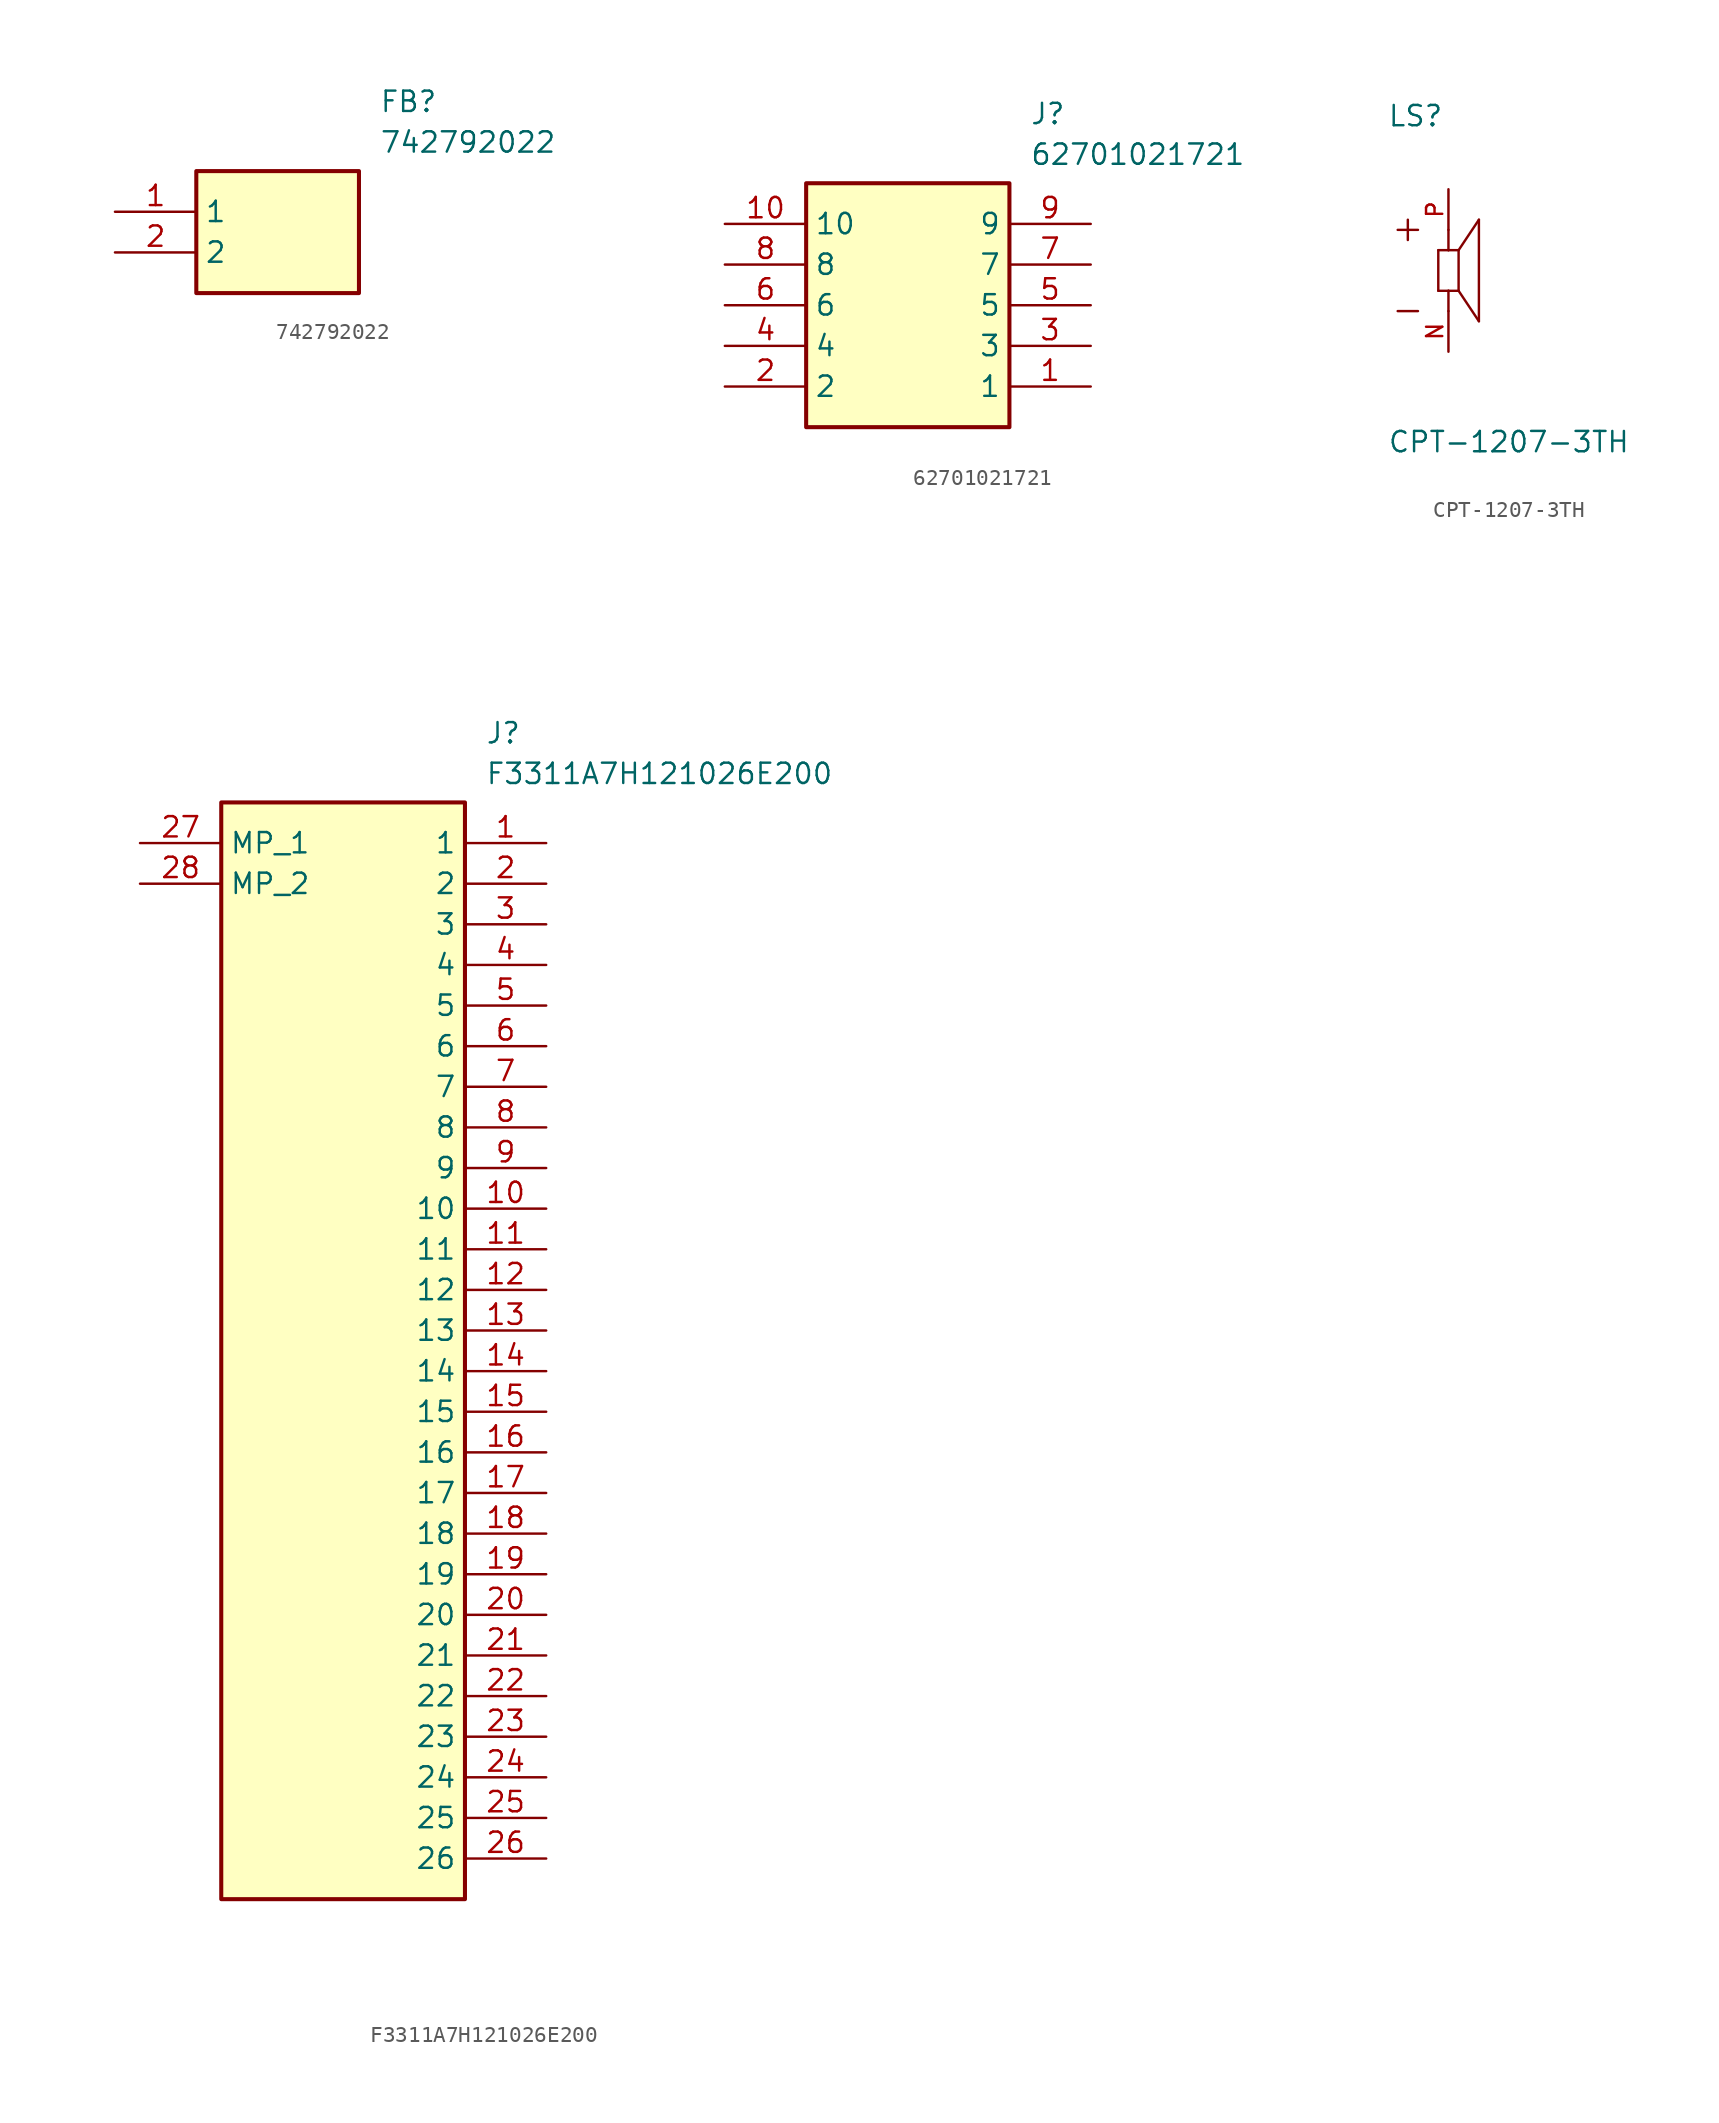
<source format=kicad_sym>
(kicad_symbol_lib
  (version 20241209)
  (generator "kicad_symbol_editor")
  (generator_version "9.0")
  (symbol "742792022"
    (property "Reference" "FB"
      (at 16.51 7.62 0)
      (effects (font (size 1.27 1.27)) (justify left top)))
    (property "Value" "742792022"
      (at 16.51 5.08 0)
      (effects (font (size 1.27 1.27)) (justify left top)))
    (symbol "742792022_1_1"
      (rectangle (start 5.08 2.54) (end 15.24 -5.08) (stroke (width 0.254) (type default)) (fill (type background)))
      (pin passive line (at 0 0 0) (length 5.08) (name "1" (effects (font (size 1.27 1.27)))) (number "1" (effects (font (size 1.27 1.27)))))
      (pin passive line (at 0 -2.54 0) (length 5.08) (name "2" (effects (font (size 1.27 1.27)))) (number "2" (effects (font (size 1.27 1.27)))))))
  (symbol "62701021721"
    (property "Reference" "J"
      (at 19.05 7.62 0)
      (effects (font (size 1.27 1.27)) (justify left top)))
    (property "Value" "62701021721"
      (at 19.05 5.08 0)
      (effects (font (size 1.27 1.27)) (justify left top)))
    (symbol "62701021721_1_1"
      (rectangle (start 5.08 2.54) (end 17.78 -12.7) (stroke (width 0.254) (type default)) (fill (type background)))
      (pin passive line (at 0 0 0) (length 5.08) (name "10" (effects (font (size 1.27 1.27)))) (number "10" (effects (font (size 1.27 1.27)))))
      (pin passive line (at 0 -2.54 0) (length 5.08) (name "8" (effects (font (size 1.27 1.27)))) (number "8" (effects (font (size 1.27 1.27)))))
      (pin passive line (at 0 -5.08 0) (length 5.08) (name "6" (effects (font (size 1.27 1.27)))) (number "6" (effects (font (size 1.27 1.27)))))
      (pin passive line (at 0 -7.62 0) (length 5.08) (name "4" (effects (font (size 1.27 1.27)))) (number "4" (effects (font (size 1.27 1.27)))))
      (pin passive line (at 0 -10.16 0) (length 5.08) (name "2" (effects (font (size 1.27 1.27)))) (number "2" (effects (font (size 1.27 1.27)))))
      (pin passive line (at 22.86 0 180) (length 5.08) (name "9" (effects (font (size 1.27 1.27)))) (number "9" (effects (font (size 1.27 1.27)))))
      (pin passive line (at 22.86 -2.54 180) (length 5.08) (name "7" (effects (font (size 1.27 1.27)))) (number "7" (effects (font (size 1.27 1.27)))))
      (pin passive line (at 22.86 -5.08 180) (length 5.08) (name "5" (effects (font (size 1.27 1.27)))) (number "5" (effects (font (size 1.27 1.27)))))
      (pin passive line (at 22.86 -7.62 180) (length 5.08) (name "3" (effects (font (size 1.27 1.27)))) (number "3" (effects (font (size 1.27 1.27)))))
      (pin passive line (at 22.86 -10.16 180) (length 5.08) (name "1" (effects (font (size 1.27 1.27)))) (number "1" (effects (font (size 1.27 1.27)))))))
  (symbol "CPT-1207-3TH"
    (pin_names
      (offset 1.016))
    (property "Reference" "LS"
      (at -3.824 8.922 0)
      (effects (font (size 1.27 1.27)) (justify left bottom)))
    (property "Value" "CPT-1207-3TH"
      (at -3.822 -11.468 0)
      (effects (font (size 1.27 1.27)) (justify left bottom)))
    (symbol "CPT-1207-3TH_0_0"
      (polyline (pts (xy -3.175 2.54) (xy -1.905 2.54)) (stroke (width 0.152) (type default)) (fill (type none)))
      (polyline (pts (xy -3.175 -2.54) (xy -1.905 -2.54)) (stroke (width 0.152) (type default)) (fill (type none)))
      (polyline (pts (xy -2.54 3.175) (xy -2.54 1.905)) (stroke (width 0.152) (type default)) (fill (type none)))
      (polyline (pts (xy -0.635 1.27) (xy 0 1.27)) (stroke (width 0.152) (type default)) (fill (type none)))
      (polyline (pts (xy -0.635 -1.27) (xy -0.635 1.27)) (stroke (width 0.152) (type default)) (fill (type none)))
      (polyline (pts (xy 0 1.27) (xy 0 2.54)) (stroke (width 0.152) (type default)) (fill (type none)))
      (polyline (pts (xy 0 1.27) (xy 0.635 1.27)) (stroke (width 0.152) (type default)) (fill (type none)))
      (polyline (pts (xy 0 -1.27) (xy -0.635 -1.27)) (stroke (width 0.152) (type default)) (fill (type none)))
      (polyline (pts (xy 0 -1.27) (xy 0 -2.54)) (stroke (width 0.152) (type default)) (fill (type none)))
      (polyline (pts (xy 0.635 1.27) (xy 0.635 -1.27)) (stroke (width 0.152) (type default)) (fill (type none)))
      (polyline (pts (xy 0.635 1.27) (xy 1.905 3.175)) (stroke (width 0.152) (type default)) (fill (type none)))
      (polyline (pts (xy 0.635 -1.27) (xy 0 -1.27)) (stroke (width 0.152) (type default)) (fill (type none)))
      (polyline (pts (xy 1.905 3.175) (xy 1.905 -3.175)) (stroke (width 0.152) (type default)) (fill (type none)))
      (polyline (pts (xy 1.905 -3.175) (xy 0.635 -1.27)) (stroke (width 0.152) (type default)) (fill (type none)))
      (pin passive line (at 0 5.08 270) (length 2.54) (name "~" (effects (font (size 1.016 1.016)))) (number "P" (effects (font (size 1.016 1.016)))))
      (pin passive line (at 0 -5.08 90) (length 2.54) (name "~" (effects (font (size 1.016 1.016)))) (number "N" (effects (font (size 1.016 1.016)))))))
  (symbol "F3311A7H121026E200"
    (property "Reference" "J"
      (at 21.59 7.62 0)
      (effects (font (size 1.27 1.27)) (justify left top)))
    (property "Value" "F3311A7H121026E200"
      (at 21.59 5.08 0)
      (effects (font (size 1.27 1.27)) (justify left top)))
    (symbol "F3311A7H121026E200_1_1"
      (rectangle (start 5.08 2.54) (end 20.32 -66.04) (stroke (width 0.254) (type default)) (fill (type background)))
      (pin passive line (at 0 0 0) (length 5.08) (name "MP_1" (effects (font (size 1.27 1.27)))) (number "27" (effects (font (size 1.27 1.27)))))
      (pin passive line (at 0 -2.54 0) (length 5.08) (name "MP_2" (effects (font (size 1.27 1.27)))) (number "28" (effects (font (size 1.27 1.27)))))
      (pin passive line (at 25.4 0 180) (length 5.08) (name "1" (effects (font (size 1.27 1.27)))) (number "1" (effects (font (size 1.27 1.27)))))
      (pin passive line (at 25.4 -2.54 180) (length 5.08) (name "2" (effects (font (size 1.27 1.27)))) (number "2" (effects (font (size 1.27 1.27)))))
      (pin passive line (at 25.4 -5.08 180) (length 5.08) (name "3" (effects (font (size 1.27 1.27)))) (number "3" (effects (font (size 1.27 1.27)))))
      (pin passive line (at 25.4 -7.62 180) (length 5.08) (name "4" (effects (font (size 1.27 1.27)))) (number "4" (effects (font (size 1.27 1.27)))))
      (pin passive line (at 25.4 -10.16 180) (length 5.08) (name "5" (effects (font (size 1.27 1.27)))) (number "5" (effects (font (size 1.27 1.27)))))
      (pin passive line (at 25.4 -12.7 180) (length 5.08) (name "6" (effects (font (size 1.27 1.27)))) (number "6" (effects (font (size 1.27 1.27)))))
      (pin passive line (at 25.4 -15.24 180) (length 5.08) (name "7" (effects (font (size 1.27 1.27)))) (number "7" (effects (font (size 1.27 1.27)))))
      (pin passive line (at 25.4 -17.78 180) (length 5.08) (name "8" (effects (font (size 1.27 1.27)))) (number "8" (effects (font (size 1.27 1.27)))))
      (pin passive line (at 25.4 -20.32 180) (length 5.08) (name "9" (effects (font (size 1.27 1.27)))) (number "9" (effects (font (size 1.27 1.27)))))
      (pin passive line (at 25.4 -22.86 180) (length 5.08) (name "10" (effects (font (size 1.27 1.27)))) (number "10" (effects (font (size 1.27 1.27)))))
      (pin passive line (at 25.4 -25.4 180) (length 5.08) (name "11" (effects (font (size 1.27 1.27)))) (number "11" (effects (font (size 1.27 1.27)))))
      (pin passive line (at 25.4 -27.94 180) (length 5.08) (name "12" (effects (font (size 1.27 1.27)))) (number "12" (effects (font (size 1.27 1.27)))))
      (pin passive line (at 25.4 -30.48 180) (length 5.08) (name "13" (effects (font (size 1.27 1.27)))) (number "13" (effects (font (size 1.27 1.27)))))
      (pin passive line (at 25.4 -33.02 180) (length 5.08) (name "14" (effects (font (size 1.27 1.27)))) (number "14" (effects (font (size 1.27 1.27)))))
      (pin passive line (at 25.4 -35.56 180) (length 5.08) (name "15" (effects (font (size 1.27 1.27)))) (number "15" (effects (font (size 1.27 1.27)))))
      (pin passive line (at 25.4 -38.1 180) (length 5.08) (name "16" (effects (font (size 1.27 1.27)))) (number "16" (effects (font (size 1.27 1.27)))))
      (pin passive line (at 25.4 -40.64 180) (length 5.08) (name "17" (effects (font (size 1.27 1.27)))) (number "17" (effects (font (size 1.27 1.27)))))
      (pin passive line (at 25.4 -43.18 180) (length 5.08) (name "18" (effects (font (size 1.27 1.27)))) (number "18" (effects (font (size 1.27 1.27)))))
      (pin passive line (at 25.4 -45.72 180) (length 5.08) (name "19" (effects (font (size 1.27 1.27)))) (number "19" (effects (font (size 1.27 1.27)))))
      (pin passive line (at 25.4 -48.26 180) (length 5.08) (name "20" (effects (font (size 1.27 1.27)))) (number "20" (effects (font (size 1.27 1.27)))))
      (pin passive line (at 25.4 -50.8 180) (length 5.08) (name "21" (effects (font (size 1.27 1.27)))) (number "21" (effects (font (size 1.27 1.27)))))
      (pin passive line (at 25.4 -53.34 180) (length 5.08) (name "22" (effects (font (size 1.27 1.27)))) (number "22" (effects (font (size 1.27 1.27)))))
      (pin passive line (at 25.4 -55.88 180) (length 5.08) (name "23" (effects (font (size 1.27 1.27)))) (number "23" (effects (font (size 1.27 1.27)))))
      (pin passive line (at 25.4 -58.42 180) (length 5.08) (name "24" (effects (font (size 1.27 1.27)))) (number "24" (effects (font (size 1.27 1.27)))))
      (pin passive line (at 25.4 -60.96 180) (length 5.08) (name "25" (effects (font (size 1.27 1.27)))) (number "25" (effects (font (size 1.27 1.27)))))
      (pin passive line (at 25.4 -63.5 180) (length 5.08) (name "26" (effects (font (size 1.27 1.27)))) (number "26" (effects (font (size 1.27 1.27))))))))
</source>
